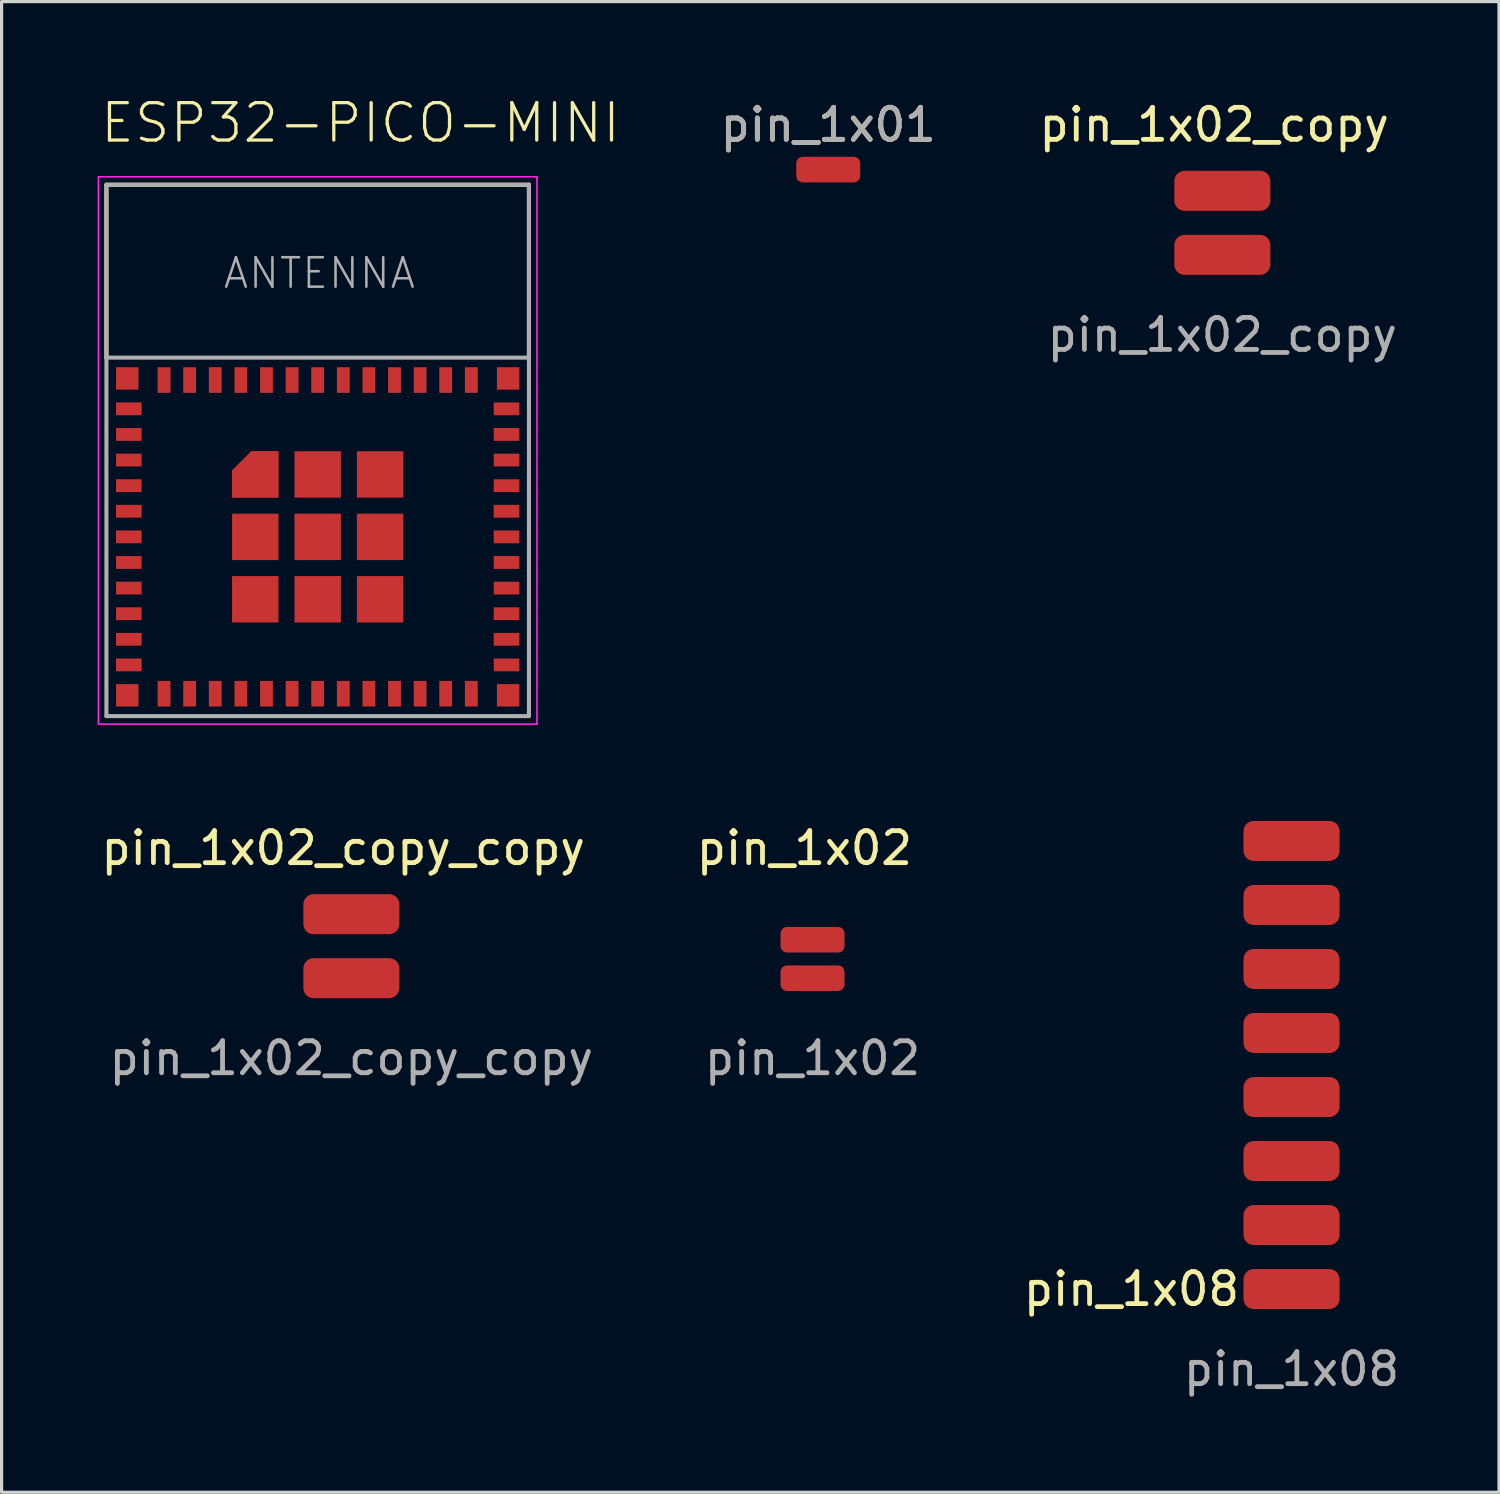
<source format=kicad_pcb>
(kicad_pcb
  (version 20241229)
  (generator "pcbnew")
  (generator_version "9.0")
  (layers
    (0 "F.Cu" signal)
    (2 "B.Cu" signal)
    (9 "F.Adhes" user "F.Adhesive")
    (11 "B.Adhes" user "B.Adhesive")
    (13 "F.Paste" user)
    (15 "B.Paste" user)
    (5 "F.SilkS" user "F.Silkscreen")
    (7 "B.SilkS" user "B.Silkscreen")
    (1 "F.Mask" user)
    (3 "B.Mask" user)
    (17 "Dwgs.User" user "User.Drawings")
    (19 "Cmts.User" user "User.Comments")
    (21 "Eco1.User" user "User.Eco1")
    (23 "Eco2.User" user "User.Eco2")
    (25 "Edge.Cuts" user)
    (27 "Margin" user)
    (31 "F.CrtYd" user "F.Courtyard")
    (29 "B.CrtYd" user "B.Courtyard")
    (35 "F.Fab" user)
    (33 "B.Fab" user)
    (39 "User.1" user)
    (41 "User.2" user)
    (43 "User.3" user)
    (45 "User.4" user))
  (footprint "ESP32-PICO-MINI"
    (layer "F.Cu")
    (at 6.875 13.723)
    (property "Reference" "ESP32-PICO-MINI" (at -6.85 -12.25 0) (layer "F.SilkS") (effects (font (size 1.168 1.168) (thickness 0.102)) (justify left bottom)))
    (fp_poly (pts (xy -1.22 -1.22) (xy -2.68 -1.22) (xy -2.68 -2.077) (xy -2.077 -2.68) (xy -1.22 -2.68)) (stroke (width 0) (type solid)) (fill yes) (layer "F.Cu"))
    (fp_poly (pts (xy -1.12 -1.12) (xy -2.78 -1.12) (xy -2.78 -2.177) (xy -2.177 -2.78) (xy -1.12 -2.78)) (stroke (width 0) (type solid)) (fill yes) (layer "F.Mask"))
    (fp_line (start -6.6 -11) (end 6.6 -11) (stroke (width 0.127) (type solid)) (layer "F.SilkS"))
    (fp_line (start -6.6 -5.6) (end -6.6 -11) (stroke (width 0.127) (type solid)) (layer "F.SilkS"))
    (fp_line (start 6.6 -11) (end 6.6 -5.6) (stroke (width 0.127) (type solid)) (layer "F.SilkS"))
    (fp_poly (pts (xy -1.22 -1.22) (xy -2.68 -1.22) (xy -2.68 -2.077) (xy -2.077 -2.68) (xy -1.22 -2.68)) (stroke (width 0) (type solid)) (fill yes) (layer "F.Paste"))
    (fp_line (start -6.85 -11.25) (end -6.85 5.85) (stroke (width 0.05) (type solid)) (layer "F.CrtYd"))
    (fp_line (start -6.85 5.85) (end 6.85 5.85) (stroke (width 0.05) (type solid)) (layer "F.CrtYd"))
    (fp_line (start 6.85 -11.25) (end -6.85 -11.25) (stroke (width 0.05) (type solid)) (layer "F.CrtYd"))
    (fp_line (start 6.85 5.85) (end 6.85 -11.25) (stroke (width 0.05) (type solid)) (layer "F.CrtYd"))
    (fp_line (start -6.6 -11) (end 6.6 -11) (stroke (width 0.127) (type solid)) (layer "F.Fab"))
    (fp_line (start -6.6 -5.6) (end -6.6 -11) (stroke (width 0.127) (type solid)) (layer "F.Fab"))
    (fp_line (start -6.6 -5.6) (end 6.6 -5.6) (stroke (width 0.127) (type solid)) (layer "F.Fab"))
    (fp_line (start -6.6 5.6) (end -6.6 -5.6) (stroke (width 0.127) (type solid)) (layer "F.Fab"))
    (fp_line (start 6.6 -11) (end 6.6 -5.6) (stroke (width 0.127) (type solid)) (layer "F.Fab"))
    (fp_line (start 6.6 -5.6) (end 6.6 5.6) (stroke (width 0.127) (type solid)) (layer "F.Fab"))
    (fp_line (start 6.6 5.6) (end -6.6 5.6) (stroke (width 0.127) (type solid)) (layer "F.Fab"))
    (fp_text user "ANTENNA" (at -3 -7.7 0) (layer "F.Fab") (effects (font (size 0.92 0.92) (thickness 0.08)) (justify left bottom)))
    (pad "1" smd rect (at -5.9 -4) (size 0.8 0.4) (layers "F.Cu" "F.Mask" "F.Paste"))
    (pad "2" smd rect (at -5.9 -3.2) (size 0.8 0.4) (layers "F.Cu" "F.Mask" "F.Paste"))
    (pad "3" smd rect (at -5.9 -2.4) (size 0.8 0.4) (layers "F.Cu" "F.Mask" "F.Paste"))
    (pad "4" smd rect (at -5.9 -1.6) (size 0.8 0.4) (layers "F.Cu" "F.Mask" "F.Paste"))
    (pad "5" smd rect (at -5.9 -0.8) (size 0.8 0.4) (layers "F.Cu" "F.Mask" "F.Paste"))
    (pad "6" smd rect (at -5.9 0) (size 0.8 0.4) (layers "F.Cu" "F.Mask" "F.Paste"))
    (pad "7" smd rect (at -5.9 0.8) (size 0.8 0.4) (layers "F.Cu" "F.Mask" "F.Paste"))
    (pad "8" smd rect (at -5.9 1.6) (size 0.8 0.4) (layers "F.Cu" "F.Mask" "F.Paste"))
    (pad "9" smd rect (at -5.9 2.4) (size 0.8 0.4) (layers "F.Cu" "F.Mask" "F.Paste"))
    (pad "10" smd rect (at -5.9 3.2) (size 0.8 0.4) (layers "F.Cu" "F.Mask" "F.Paste"))
    (pad "11" smd rect (at -5.9 4) (size 0.8 0.4) (layers "F.Cu" "F.Mask" "F.Paste"))
    (pad "12" smd rect (at -4.8 4.9) (size 0.4 0.8) (layers "F.Cu" "F.Mask" "F.Paste"))
    (pad "13" smd rect (at -4 4.9) (size 0.4 0.8) (layers "F.Cu" "F.Mask" "F.Paste"))
    (pad "14" smd rect (at -3.2 4.9) (size 0.4 0.8) (layers "F.Cu" "F.Mask" "F.Paste"))
    (pad "15" smd rect (at -2.4 4.9) (size 0.4 0.8) (layers "F.Cu" "F.Mask" "F.Paste"))
    (pad "16" smd rect (at -1.6 4.9) (size 0.4 0.8) (layers "F.Cu" "F.Mask" "F.Paste"))
    (pad "17" smd rect (at -0.8 4.9) (size 0.4 0.8) (layers "F.Cu" "F.Mask" "F.Paste"))
    (pad "18" smd rect (at 0 4.9) (size 0.4 0.8) (layers "F.Cu" "F.Mask" "F.Paste"))
    (pad "19" smd rect (at 0.8 4.9) (size 0.4 0.8) (layers "F.Cu" "F.Mask" "F.Paste"))
    (pad "20" smd rect (at 1.6 4.9) (size 0.4 0.8) (layers "F.Cu" "F.Mask" "F.Paste"))
    (pad "21" smd rect (at 2.4 4.9) (size 0.4 0.8) (layers "F.Cu" "F.Mask" "F.Paste"))
    (pad "22" smd rect (at 3.2 4.9) (size 0.4 0.8) (layers "F.Cu" "F.Mask" "F.Paste"))
    (pad "23" smd rect (at 4 4.9) (size 0.4 0.8) (layers "F.Cu" "F.Mask" "F.Paste"))
    (pad "24" smd rect (at 4.8 4.9) (size 0.4 0.8) (layers "F.Cu" "F.Mask" "F.Paste"))
    (pad "25" smd rect (at 5.9 4) (size 0.8 0.4) (layers "F.Cu" "F.Mask" "F.Paste"))
    (pad "26" smd rect (at 5.9 3.2) (size 0.8 0.4) (layers "F.Cu" "F.Mask" "F.Paste"))
    (pad "27" smd rect (at 5.9 2.4) (size 0.8 0.4) (layers "F.Cu" "F.Mask" "F.Paste"))
    (pad "28" smd rect (at 5.9 1.6) (size 0.8 0.4) (layers "F.Cu" "F.Mask" "F.Paste"))
    (pad "29" smd rect (at 5.9 0.8) (size 0.8 0.4) (layers "F.Cu" "F.Mask" "F.Paste"))
    (pad "30" smd rect (at 5.9 0) (size 0.8 0.4) (layers "F.Cu" "F.Mask" "F.Paste"))
    (pad "31" smd rect (at 5.9 -0.8) (size 0.8 0.4) (layers "F.Cu" "F.Mask" "F.Paste"))
    (pad "32" smd rect (at 5.9 -1.6) (size 0.8 0.4) (layers "F.Cu" "F.Mask" "F.Paste"))
    (pad "33" smd rect (at 5.9 -2.4) (size 0.8 0.4) (layers "F.Cu" "F.Mask" "F.Paste"))
    (pad "34" smd rect (at 5.9 -3.2) (size 0.8 0.4) (layers "F.Cu" "F.Mask" "F.Paste"))
    (pad "35" smd rect (at 5.9 -4) (size 0.8 0.4) (layers "F.Cu" "F.Mask" "F.Paste"))
    (pad "36" smd rect (at 4.8 -4.9) (size 0.4 0.8) (layers "F.Cu" "F.Mask" "F.Paste"))
    (pad "37" smd rect (at 4 -4.9) (size 0.4 0.8) (layers "F.Cu" "F.Mask" "F.Paste"))
    (pad "38" smd rect (at 3.2 -4.9) (size 0.4 0.8) (layers "F.Cu" "F.Mask" "F.Paste"))
    (pad "39" smd rect (at 2.4 -4.9) (size 0.4 0.8) (layers "F.Cu" "F.Mask" "F.Paste"))
    (pad "40" smd rect (at 1.6 -4.9) (size 0.4 0.8) (layers "F.Cu" "F.Mask" "F.Paste"))
    (pad "41" smd rect (at 0.8 -4.9) (size 0.4 0.8) (layers "F.Cu" "F.Mask" "F.Paste"))
    (pad "42" smd rect (at 0 -4.9) (size 0.4 0.8) (layers "F.Cu" "F.Mask" "F.Paste"))
    (pad "43" smd rect (at -0.8 -4.9) (size 0.4 0.8) (layers "F.Cu" "F.Mask" "F.Paste"))
    (pad "44" smd rect (at -1.6 -4.9) (size 0.4 0.8) (layers "F.Cu" "F.Mask" "F.Paste"))
    (pad "45" smd rect (at -2.4 -4.9) (size 0.4 0.8) (layers "F.Cu" "F.Mask" "F.Paste"))
    (pad "46" smd rect (at -3.2 -4.9) (size 0.4 0.8) (layers "F.Cu" "F.Mask" "F.Paste"))
    (pad "47" smd rect (at -4 -4.9) (size 0.4 0.8) (layers "F.Cu" "F.Mask" "F.Paste"))
    (pad "48" smd rect (at -4.8 -4.9) (size 0.4 0.8) (layers "F.Cu" "F.Mask" "F.Paste"))
    (pad "49" smd rect (at 0 0) (size 1.45 1.45) (layers "F.Cu" "F.Mask" "F.Paste"))
    (pad "50" smd rect (at 5.95 -4.95) (size 0.7 0.7) (layers "F.Cu" "F.Mask" "F.Paste"))
    (pad "51" smd rect (at 5.95 4.95) (size 0.7 0.7) (layers "F.Cu" "F.Mask" "F.Paste"))
    (pad "52" smd rect (at -5.95 4.95) (size 0.7 0.7) (layers "F.Cu" "F.Mask" "F.Paste"))
    (pad "53" smd rect (at -5.95 -4.95) (size 0.7 0.7) (layers "F.Cu" "F.Mask" "F.Paste"))
    (pad "54" smd rect (at -1.95 0) (size 1.45 1.45) (layers "F.Cu" "F.Mask" "F.Paste"))
    (pad "55" smd rect (at -1.95 1.95) (size 1.45 1.45) (layers "F.Cu" "F.Mask" "F.Paste"))
    (pad "56" smd rect (at 0 1.95) (size 1.45 1.45) (layers "F.Cu" "F.Mask" "F.Paste"))
    (pad "57" smd rect (at 1.95 1.95) (size 1.45 1.45) (layers "F.Cu" "F.Mask" "F.Paste"))
    (pad "58" smd rect (at 1.95 0) (size 1.45 1.45) (layers "F.Cu" "F.Mask" "F.Paste"))
    (pad "59" smd rect (at 1.95 -1.95) (size 1.45 1.45) (layers "F.Cu" "F.Mask" "F.Paste"))
    (pad "60" smd rect (at 0 -1.95) (size 1.45 1.45) (layers "F.Cu" "F.Mask" "F.Paste"))
    (pad "61" smd rect (at -1.95 -1.95) (size 0.5 0.5) (layers "F.Cu"))
    (zone (net_name "") (layer "F.Cu") (hatch edge 0.508) (connect_pads) (min_thickness 0.254) (filled_areas_thickness no) (keepout (tracks not_allowed) (vias not_allowed) (pads not_allowed) (copperpour not_allowed) (footprints allowed)) (placement (enabled no)) (fill) (polygon (pts (xy 0.275 8.123) (xy 13.475 8.123) (xy 13.475 2.723) (xy 0.275 2.723))))
    (zone (net_name "") (layers "F.Cu" "B.Cu") (hatch edge 0.508) (connect_pads) (min_thickness 0.254) (filled_areas_thickness no) (keepout (tracks allowed) (vias not_allowed) (pads allowed) (copperpour allowed) (footprints allowed)) (placement (enabled no)) (fill) (polygon (pts (xy 0.275 8.123) (xy 13.475 8.123) (xy 13.475 2.723) (xy 0.275 2.723))))
    (zone (net_name "") (layer "B.Cu") (hatch edge 0.508) (connect_pads) (min_thickness 0.254) (filled_areas_thickness no) (keepout (tracks not_allowed) (vias not_allowed) (pads not_allowed) (copperpour not_allowed) (footprints allowed)) (placement (enabled no)) (fill) (polygon (pts (xy 0.275 8.123) (xy 13.475 8.123) (xy 13.475 2.723) (xy 0.275 2.723)))))
  (footprint "pin_1x02_copy_copy"
    (layer "F.Cu")
    (at 7.927 27.51)
    (property "Reference" "pin_1x02_copy_copy" (at -0.254 -4.064 0) (unlocked yes) (layer "F.SilkS") (effects (font (size 1 1) (thickness 0.15))))
    (attr smd)
    (fp_text user "${REFERENCE}" (at 0 2.5 0) (unlocked yes) (layer "F.Fab") (effects (font (size 1 1) (thickness 0.15))))
    (pad "1" smd roundrect (at 0 0) (size 3 1.25) (layers "F.Cu" "F.Mask" "F.Paste") (roundrect_rratio 0.25))
    (pad "2" smd roundrect (at 0 -2) (size 3 1.25) (layers "F.Cu" "F.Mask" "F.Paste") (roundrect_rratio 0.25)))
  (footprint "pin_1x02"
    (layer "F.Cu")
    (at 22.335 27.51)
    (property "Reference" "pin_1x02" (at -0.254 -4.064 0) (unlocked yes) (layer "F.SilkS") (effects (font (size 1 1) (thickness 0.15))))
    (attr smd)
    (fp_text user "${REFERENCE}" (at 0 2.5 0) (unlocked yes) (layer "F.Fab") (effects (font (size 1 1) (thickness 0.15))))
    (pad "1" smd roundrect (at 0 0) (size 2 0.8) (layers "F.Cu" "F.Mask" "F.Paste") (roundrect_rratio 0.25))
    (pad "2" smd roundrect (at 0 -1.2) (size 2 0.8) (layers "F.Cu" "F.Mask" "F.Paste") (roundrect_rratio 0.25)))
  (footprint "pin_1x08"
    (layer "F.Cu")
    (at 37.3 37.223)
    (property "Reference" "pin_1x08" (at -5 0 0) (unlocked yes) (layer "F.SilkS") (effects (font (size 1 1) (thickness 0.15))))
    (attr smd)
    (fp_text user "${REFERENCE}" (at 0 2.5 0) (unlocked yes) (layer "F.Fab") (effects (font (size 1 1) (thickness 0.15))))
    (pad "1" smd roundrect (at 0 0) (size 3 1.25) (layers "F.Cu" "F.Mask" "F.Paste") (roundrect_rratio 0.25))
    (pad "2" smd roundrect (at 0 -2) (size 3 1.25) (layers "F.Cu" "F.Mask" "F.Paste") (roundrect_rratio 0.25))
    (pad "3" smd roundrect (at 0 -4) (size 3 1.25) (layers "F.Cu" "F.Mask" "F.Paste") (roundrect_rratio 0.25))
    (pad "4" smd roundrect (at 0 -6) (size 3 1.25) (layers "F.Cu" "F.Mask" "F.Paste") (roundrect_rratio 0.25))
    (pad "5" smd roundrect (at 0 -8) (size 3 1.25) (layers "F.Cu" "F.Mask" "F.Paste") (roundrect_rratio 0.25))
    (pad "6" smd roundrect (at 0 -10) (size 3 1.25) (layers "F.Cu" "F.Mask" "F.Paste") (roundrect_rratio 0.25))
    (pad "7" smd roundrect (at 0 -12) (size 3 1.25) (layers "F.Cu" "F.Mask" "F.Paste") (roundrect_rratio 0.25))
    (pad "8" smd roundrect (at 0 -14) (size 3 1.25) (layers "F.Cu" "F.Mask" "F.Paste") (roundrect_rratio 0.25)))
  (footprint "pin_1x02_copy"
    (layer "F.Cu")
    (at 35.138 4.912)
    (property "Reference" "pin_1x02_copy" (at -0.254 -4.064 0) (unlocked yes) (layer "F.SilkS") (effects (font (size 1 1) (thickness 0.15))))
    (attr smd)
    (fp_text user "${REFERENCE}" (at 0 2.5 0) (unlocked yes) (layer "F.Fab") (effects (font (size 1 1) (thickness 0.15))))
    (pad "1" smd roundrect (at 0 0) (size 3 1.25) (layers "F.Cu" "F.Mask" "F.Paste") (roundrect_rratio 0.25))
    (pad "2" smd roundrect (at 0 -2) (size 3 1.25) (layers "F.Cu" "F.Mask" "F.Paste") (roundrect_rratio 0.25)))
  (footprint "pin_1x01"
    (layer "F.Cu")
    (at 22.825 2.248)
    (property "Reference" "pin_1x01" (at 0 -1.4 0) (unlocked yes) (layer "F.SilkS") (effects (font (size 1 1) (thickness 0.15))))
    (attr smd)
    (fp_text user "${REFERENCE}" (at 0 -1.4 0) (unlocked yes) (layer "F.Fab") (effects (font (size 1 1) (thickness 0.15))))
    (pad "1" smd roundrect (at 0 0) (size 2 0.8) (layers "F.Cu" "F.Mask" "F.Paste") (roundrect_rratio 0.25)))
  (gr_rect
    (start -3 -3)
    (end 43.782 43.571)
    (stroke (width 0.1) (type default))
    (fill no)
    (layer "Edge.Cuts")))
</source>
